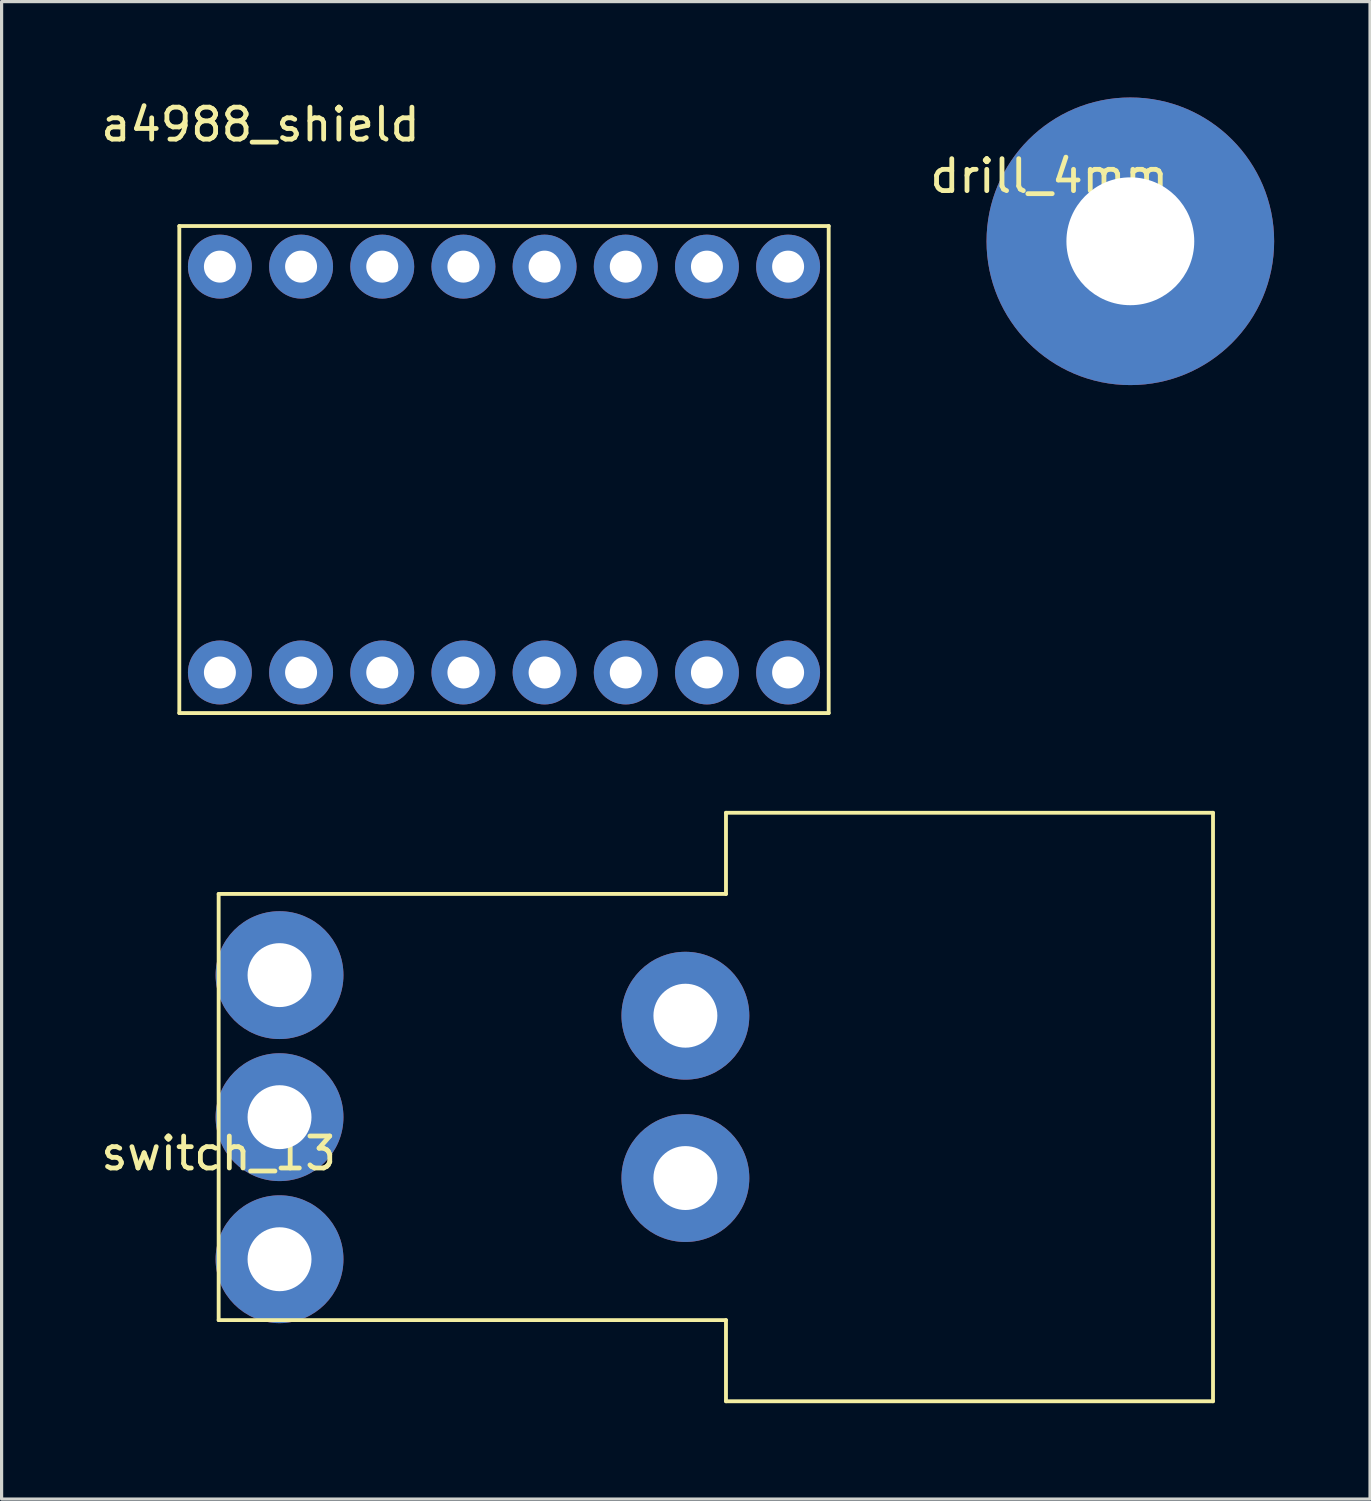
<source format=kicad_pcb>
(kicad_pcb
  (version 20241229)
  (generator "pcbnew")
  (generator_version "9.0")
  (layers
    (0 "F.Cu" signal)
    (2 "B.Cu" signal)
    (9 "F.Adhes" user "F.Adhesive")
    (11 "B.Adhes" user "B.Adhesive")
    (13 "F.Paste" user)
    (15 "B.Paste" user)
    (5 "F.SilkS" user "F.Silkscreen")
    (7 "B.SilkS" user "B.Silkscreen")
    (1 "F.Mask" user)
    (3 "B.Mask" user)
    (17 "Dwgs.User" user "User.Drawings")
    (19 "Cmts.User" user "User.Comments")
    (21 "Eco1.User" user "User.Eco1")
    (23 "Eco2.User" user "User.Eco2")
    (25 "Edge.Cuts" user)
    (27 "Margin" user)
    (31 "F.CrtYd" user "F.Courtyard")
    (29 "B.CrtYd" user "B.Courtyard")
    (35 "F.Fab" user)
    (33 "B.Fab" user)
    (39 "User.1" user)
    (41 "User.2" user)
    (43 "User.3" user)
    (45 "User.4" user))
  (footprint "switch_13"
    (layer "F.Cu")
    (at 3.792 38.258)
    (property "Reference" "switch_13" (at 0 -5.215 0) (layer "F.SilkS") (effects (font (size 1 1) (thickness 0.15))))
    (attr through_hole)
    (fp_line (start 0 -13.335) (end 15.875 -13.335) (stroke (width 0.12) (type solid)) (layer "F.SilkS"))
    (fp_line (start 0 0) (end 0 -13.335) (stroke (width 0.12) (type solid)) (layer "F.SilkS"))
    (fp_line (start 15.875 -15.875) (end 31.115 -15.875) (stroke (width 0.12) (type solid)) (layer "F.SilkS"))
    (fp_line (start 15.875 -13.335) (end 15.875 -15.875) (stroke (width 0.12) (type solid)) (layer "F.SilkS"))
    (fp_line (start 15.875 0) (end 0 0) (stroke (width 0.12) (type solid)) (layer "F.SilkS"))
    (fp_line (start 15.875 2.54) (end 15.875 0) (stroke (width 0.12) (type solid)) (layer "F.SilkS"))
    (fp_line (start 31.115 -15.875) (end 31.115 2.54) (stroke (width 0.12) (type solid)) (layer "F.SilkS"))
    (fp_line (start 31.115 2.54) (end 15.875 2.54) (stroke (width 0.12) (type solid)) (layer "F.SilkS"))
    (pad "1" thru_hole circle (at 1.905 -10.795) (size 4 4) (drill 2) (layers "*.Cu" "*.Mask"))
    (pad "2" thru_hole circle (at 1.905 -6.35) (size 4 4) (drill 2) (layers "*.Cu" "*.Mask"))
    (pad "3" thru_hole circle (at 1.905 -1.905) (size 4 4) (drill 2) (layers "*.Cu" "*.Mask"))
    (pad "4" thru_hole circle (at 14.605 -9.525) (size 4 4) (drill 2) (layers "*.Cu" "*.Mask"))
    (pad "5" thru_hole circle (at 14.605 -4.445) (size 4 4) (drill 2) (layers "*.Cu" "*.Mask")))
  (footprint "drill_4mm"
    (layer "F.Cu")
    (at 29.78 1.96)
    (property "Reference" "drill_4mm" (at 0 0.5 0) (layer "F.SilkS") (effects (font (size 1 1) (thickness 0.15))))
    (attr through_hole)
    (pad "1" thru_hole circle (at 2.54 2.54) (size 9 9) (drill 4) (layers "*.Cu" "*.Mask")))
  (footprint "a4988_shield"
    (layer "F.Cu")
    (at 2.561 4.023)
    (property "Reference" "a4988_shield" (at 2.54 -3.175 0) (layer "F.SilkS") (effects (font (size 1 1) (thickness 0.15))))
    (attr through_hole)
    (fp_line (start 0 0) (end 0 15.24) (stroke (width 0.12) (type solid)) (layer "F.SilkS"))
    (fp_line (start 0 15.24) (end 20.32 15.24) (stroke (width 0.12) (type solid)) (layer "F.SilkS"))
    (fp_line (start 20.32 0) (end 0 0) (stroke (width 0.12) (type solid)) (layer "F.SilkS"))
    (fp_line (start 20.32 15.24) (end 20.32 0) (stroke (width 0.12) (type solid)) (layer "F.SilkS"))
    (pad "1" thru_hole circle (at 1.27 13.97) (size 2 2) (drill 1) (layers "*.Cu" "*.Mask"))
    (pad "2" thru_hole circle (at 3.81 13.97) (size 2 2) (drill 1) (layers "*.Cu" "*.Mask"))
    (pad "3" thru_hole circle (at 6.35 13.97) (size 2 2) (drill 1) (layers "*.Cu" "*.Mask"))
    (pad "4" thru_hole circle (at 8.89 13.97) (size 2 2) (drill 1) (layers "*.Cu" "*.Mask"))
    (pad "5" thru_hole circle (at 11.43 13.97) (size 2 2) (drill 1) (layers "*.Cu" "*.Mask"))
    (pad "6" thru_hole circle (at 13.97 13.97) (size 2 2) (drill 1) (layers "*.Cu" "*.Mask"))
    (pad "7" thru_hole circle (at 16.51 13.97) (size 2 2) (drill 1) (layers "*.Cu" "*.Mask"))
    (pad "8" thru_hole circle (at 19.05 13.97) (size 2 2) (drill 1) (layers "*.Cu" "*.Mask"))
    (pad "9" thru_hole circle (at 19.05 1.27) (size 2 2) (drill 1) (layers "*.Cu" "*.Mask"))
    (pad "10" thru_hole circle (at 16.51 1.27) (size 2 2) (drill 1) (layers "*.Cu" "*.Mask"))
    (pad "11" thru_hole circle (at 13.97 1.27) (size 2 2) (drill 1) (layers "*.Cu" "*.Mask"))
    (pad "12" thru_hole circle (at 11.43 1.27) (size 2 2) (drill 1) (layers "*.Cu" "*.Mask"))
    (pad "13" thru_hole circle (at 8.89 1.27) (size 2 2) (drill 1) (layers "*.Cu" "*.Mask"))
    (pad "14" thru_hole circle (at 6.35 1.27) (size 2 2) (drill 1) (layers "*.Cu" "*.Mask"))
    (pad "15" thru_hole circle (at 3.81 1.27) (size 2 2) (drill 1) (layers "*.Cu" "*.Mask"))
    (pad "16" thru_hole circle (at 1.27 1.27) (size 2 2) (drill 1) (layers "*.Cu" "*.Mask")))
  (gr_rect
    (start -3 -3)
    (end 39.82 43.858)
    (stroke (width 0.1) (type default))
    (fill no)
    (layer "Edge.Cuts")))
</source>
